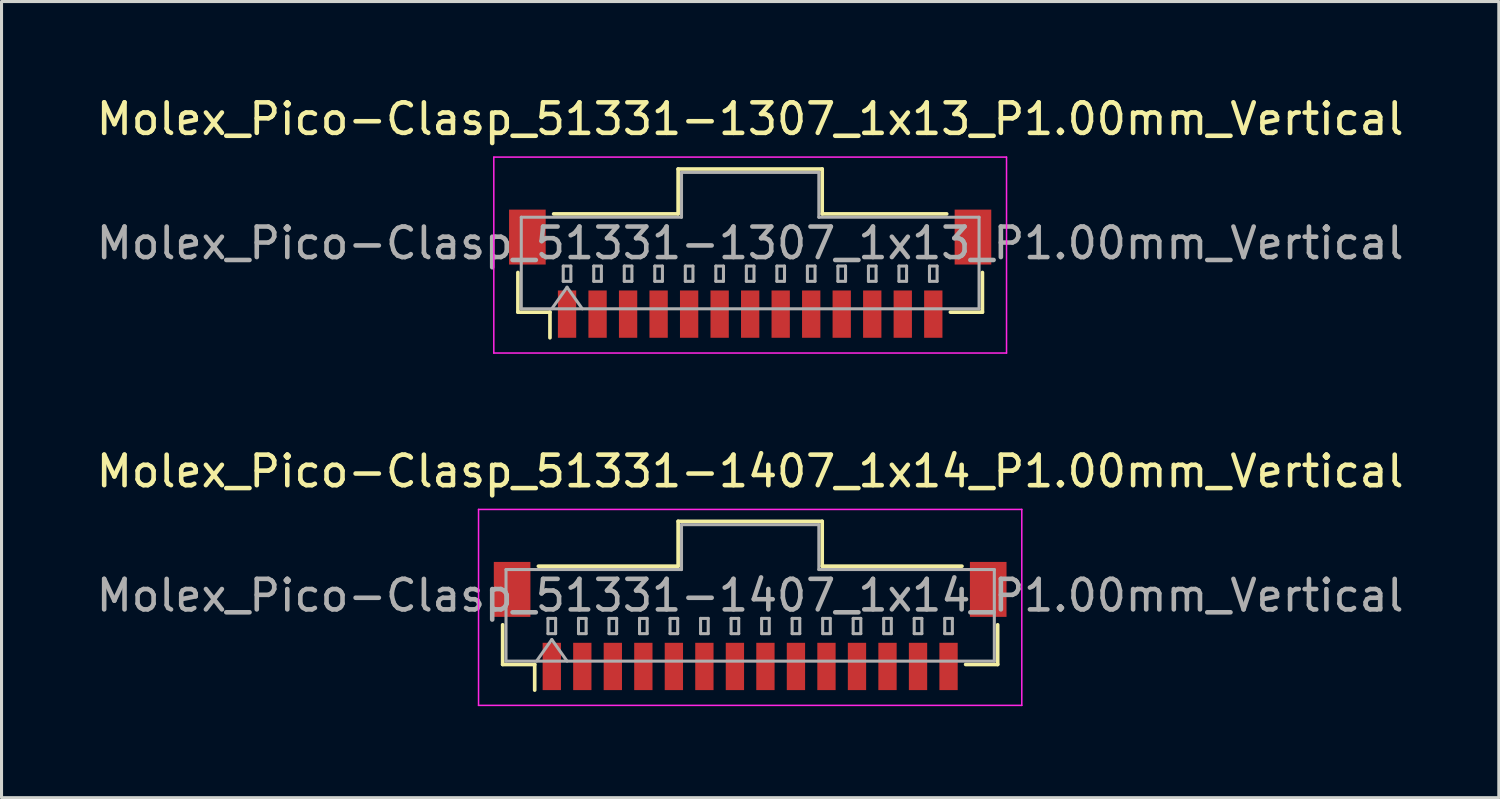
<source format=kicad_pcb>
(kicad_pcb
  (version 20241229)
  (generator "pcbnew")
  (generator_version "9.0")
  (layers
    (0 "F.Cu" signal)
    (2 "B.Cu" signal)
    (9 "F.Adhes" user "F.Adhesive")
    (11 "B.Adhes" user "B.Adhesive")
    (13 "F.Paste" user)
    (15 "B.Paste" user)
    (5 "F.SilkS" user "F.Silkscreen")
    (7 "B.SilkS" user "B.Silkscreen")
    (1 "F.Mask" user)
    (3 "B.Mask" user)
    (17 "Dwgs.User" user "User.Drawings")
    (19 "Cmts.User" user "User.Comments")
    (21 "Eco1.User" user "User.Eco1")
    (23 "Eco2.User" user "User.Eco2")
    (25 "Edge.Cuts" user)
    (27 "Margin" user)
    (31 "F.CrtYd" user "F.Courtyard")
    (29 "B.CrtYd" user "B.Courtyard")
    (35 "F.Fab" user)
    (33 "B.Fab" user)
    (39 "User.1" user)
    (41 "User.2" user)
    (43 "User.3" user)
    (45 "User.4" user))
  (footprint "Molex_Pico-Clasp_51331-1407_1x14_P1.00mm_Vertical"
    (layer "F.Cu")
    (at 21.53 17.462)
    (property "Reference" "Molex_Pico-Clasp_51331-1407_1x14_P1.00mm_Vertical" (at 0 -5.07 0) (layer "F.SilkS") (effects (font (size 1 1) (thickness 0.15))))
    (attr smd)
    (fp_line (start -8.11 -0.04) (end -8.11 1.26) (stroke (width 0.12) (type solid)) (layer "F.SilkS"))
    (fp_line (start -8.11 1.26) (end -7.06 1.26) (stroke (width 0.12) (type solid)) (layer "F.SilkS"))
    (fp_line (start -7.06 1.26) (end -7.06 2.1) (stroke (width 0.12) (type solid)) (layer "F.SilkS"))
    (fp_line (start -6.94 -1.96) (end -2.36 -1.96) (stroke (width 0.12) (type solid)) (layer "F.SilkS"))
    (fp_line (start -2.36 -3.43) (end 2.36 -3.43) (stroke (width 0.12) (type solid)) (layer "F.SilkS"))
    (fp_line (start -2.36 -1.96) (end -2.36 -3.43) (stroke (width 0.12) (type solid)) (layer "F.SilkS"))
    (fp_line (start 2.36 -3.43) (end 2.36 -1.96) (stroke (width 0.12) (type solid)) (layer "F.SilkS"))
    (fp_line (start 2.36 -1.96) (end 6.94 -1.96) (stroke (width 0.12) (type solid)) (layer "F.SilkS"))
    (fp_line (start 8.11 -0.04) (end 8.11 1.26) (stroke (width 0.12) (type solid)) (layer "F.SilkS"))
    (fp_line (start 8.11 1.26) (end 7.06 1.26) (stroke (width 0.12) (type solid)) (layer "F.SilkS"))
    (fp_line (start -8.9 -3.82) (end -8.9 2.6) (stroke (width 0.05) (type solid)) (layer "F.CrtYd"))
    (fp_line (start -8.9 2.6) (end 8.9 2.6) (stroke (width 0.05) (type solid)) (layer "F.CrtYd"))
    (fp_line (start 8.9 -3.82) (end -8.9 -3.82) (stroke (width 0.05) (type solid)) (layer "F.CrtYd"))
    (fp_line (start 8.9 2.6) (end 8.9 -3.82) (stroke (width 0.05) (type solid)) (layer "F.CrtYd"))
    (fp_line (start -8 -1.85) (end -2.25 -1.85) (stroke (width 0.1) (type solid)) (layer "F.Fab"))
    (fp_line (start -8 1.15) (end -8 -1.85) (stroke (width 0.1) (type solid)) (layer "F.Fab"))
    (fp_line (start -8 1.15) (end 8 1.15) (stroke (width 0.1) (type solid)) (layer "F.Fab"))
    (fp_line (start -7 1.15) (end -6.5 0.443) (stroke (width 0.1) (type solid)) (layer "F.Fab"))
    (fp_line (start -6.625 -0.25) (end -6.625 0.25) (stroke (width 0.1) (type solid)) (layer "F.Fab"))
    (fp_line (start -6.625 0.25) (end -6.375 0.25) (stroke (width 0.1) (type solid)) (layer "F.Fab"))
    (fp_line (start -6.5 0.443) (end -6 1.15) (stroke (width 0.1) (type solid)) (layer "F.Fab"))
    (fp_line (start -6.375 -0.25) (end -6.625 -0.25) (stroke (width 0.1) (type solid)) (layer "F.Fab"))
    (fp_line (start -6.375 0.25) (end -6.375 -0.25) (stroke (width 0.1) (type solid)) (layer "F.Fab"))
    (fp_line (start -5.625 -0.25) (end -5.625 0.25) (stroke (width 0.1) (type solid)) (layer "F.Fab"))
    (fp_line (start -5.625 0.25) (end -5.375 0.25) (stroke (width 0.1) (type solid)) (layer "F.Fab"))
    (fp_line (start -5.375 -0.25) (end -5.625 -0.25) (stroke (width 0.1) (type solid)) (layer "F.Fab"))
    (fp_line (start -5.375 0.25) (end -5.375 -0.25) (stroke (width 0.1) (type solid)) (layer "F.Fab"))
    (fp_line (start -4.625 -0.25) (end -4.625 0.25) (stroke (width 0.1) (type solid)) (layer "F.Fab"))
    (fp_line (start -4.625 0.25) (end -4.375 0.25) (stroke (width 0.1) (type solid)) (layer "F.Fab"))
    (fp_line (start -4.375 -0.25) (end -4.625 -0.25) (stroke (width 0.1) (type solid)) (layer "F.Fab"))
    (fp_line (start -4.375 0.25) (end -4.375 -0.25) (stroke (width 0.1) (type solid)) (layer "F.Fab"))
    (fp_line (start -3.625 -0.25) (end -3.625 0.25) (stroke (width 0.1) (type solid)) (layer "F.Fab"))
    (fp_line (start -3.625 0.25) (end -3.375 0.25) (stroke (width 0.1) (type solid)) (layer "F.Fab"))
    (fp_line (start -3.375 -0.25) (end -3.625 -0.25) (stroke (width 0.1) (type solid)) (layer "F.Fab"))
    (fp_line (start -3.375 0.25) (end -3.375 -0.25) (stroke (width 0.1) (type solid)) (layer "F.Fab"))
    (fp_line (start -2.625 -0.25) (end -2.625 0.25) (stroke (width 0.1) (type solid)) (layer "F.Fab"))
    (fp_line (start -2.625 0.25) (end -2.375 0.25) (stroke (width 0.1) (type solid)) (layer "F.Fab"))
    (fp_line (start -2.375 -0.25) (end -2.625 -0.25) (stroke (width 0.1) (type solid)) (layer "F.Fab"))
    (fp_line (start -2.375 0.25) (end -2.375 -0.25) (stroke (width 0.1) (type solid)) (layer "F.Fab"))
    (fp_line (start -2.25 -3.32) (end 2.25 -3.32) (stroke (width 0.1) (type solid)) (layer "F.Fab"))
    (fp_line (start -2.25 -1.85) (end -2.25 -3.32) (stroke (width 0.1) (type solid)) (layer "F.Fab"))
    (fp_line (start -1.625 -0.25) (end -1.625 0.25) (stroke (width 0.1) (type solid)) (layer "F.Fab"))
    (fp_line (start -1.625 0.25) (end -1.375 0.25) (stroke (width 0.1) (type solid)) (layer "F.Fab"))
    (fp_line (start -1.375 -0.25) (end -1.625 -0.25) (stroke (width 0.1) (type solid)) (layer "F.Fab"))
    (fp_line (start -1.375 0.25) (end -1.375 -0.25) (stroke (width 0.1) (type solid)) (layer "F.Fab"))
    (fp_line (start -0.625 -0.25) (end -0.625 0.25) (stroke (width 0.1) (type solid)) (layer "F.Fab"))
    (fp_line (start -0.625 0.25) (end -0.375 0.25) (stroke (width 0.1) (type solid)) (layer "F.Fab"))
    (fp_line (start -0.375 -0.25) (end -0.625 -0.25) (stroke (width 0.1) (type solid)) (layer "F.Fab"))
    (fp_line (start -0.375 0.25) (end -0.375 -0.25) (stroke (width 0.1) (type solid)) (layer "F.Fab"))
    (fp_line (start 0.375 -0.25) (end 0.375 0.25) (stroke (width 0.1) (type solid)) (layer "F.Fab"))
    (fp_line (start 0.375 0.25) (end 0.625 0.25) (stroke (width 0.1) (type solid)) (layer "F.Fab"))
    (fp_line (start 0.625 -0.25) (end 0.375 -0.25) (stroke (width 0.1) (type solid)) (layer "F.Fab"))
    (fp_line (start 0.625 0.25) (end 0.625 -0.25) (stroke (width 0.1) (type solid)) (layer "F.Fab"))
    (fp_line (start 1.375 -0.25) (end 1.375 0.25) (stroke (width 0.1) (type solid)) (layer "F.Fab"))
    (fp_line (start 1.375 0.25) (end 1.625 0.25) (stroke (width 0.1) (type solid)) (layer "F.Fab"))
    (fp_line (start 1.625 -0.25) (end 1.375 -0.25) (stroke (width 0.1) (type solid)) (layer "F.Fab"))
    (fp_line (start 1.625 0.25) (end 1.625 -0.25) (stroke (width 0.1) (type solid)) (layer "F.Fab"))
    (fp_line (start 2.25 -3.32) (end 2.25 -1.85) (stroke (width 0.1) (type solid)) (layer "F.Fab"))
    (fp_line (start 2.25 -1.85) (end 8 -1.85) (stroke (width 0.1) (type solid)) (layer "F.Fab"))
    (fp_line (start 2.375 -0.25) (end 2.375 0.25) (stroke (width 0.1) (type solid)) (layer "F.Fab"))
    (fp_line (start 2.375 0.25) (end 2.625 0.25) (stroke (width 0.1) (type solid)) (layer "F.Fab"))
    (fp_line (start 2.625 -0.25) (end 2.375 -0.25) (stroke (width 0.1) (type solid)) (layer "F.Fab"))
    (fp_line (start 2.625 0.25) (end 2.625 -0.25) (stroke (width 0.1) (type solid)) (layer "F.Fab"))
    (fp_line (start 3.375 -0.25) (end 3.375 0.25) (stroke (width 0.1) (type solid)) (layer "F.Fab"))
    (fp_line (start 3.375 0.25) (end 3.625 0.25) (stroke (width 0.1) (type solid)) (layer "F.Fab"))
    (fp_line (start 3.625 -0.25) (end 3.375 -0.25) (stroke (width 0.1) (type solid)) (layer "F.Fab"))
    (fp_line (start 3.625 0.25) (end 3.625 -0.25) (stroke (width 0.1) (type solid)) (layer "F.Fab"))
    (fp_line (start 4.375 -0.25) (end 4.375 0.25) (stroke (width 0.1) (type solid)) (layer "F.Fab"))
    (fp_line (start 4.375 0.25) (end 4.625 0.25) (stroke (width 0.1) (type solid)) (layer "F.Fab"))
    (fp_line (start 4.625 -0.25) (end 4.375 -0.25) (stroke (width 0.1) (type solid)) (layer "F.Fab"))
    (fp_line (start 4.625 0.25) (end 4.625 -0.25) (stroke (width 0.1) (type solid)) (layer "F.Fab"))
    (fp_line (start 5.375 -0.25) (end 5.375 0.25) (stroke (width 0.1) (type solid)) (layer "F.Fab"))
    (fp_line (start 5.375 0.25) (end 5.625 0.25) (stroke (width 0.1) (type solid)) (layer "F.Fab"))
    (fp_line (start 5.625 -0.25) (end 5.375 -0.25) (stroke (width 0.1) (type solid)) (layer "F.Fab"))
    (fp_line (start 5.625 0.25) (end 5.625 -0.25) (stroke (width 0.1) (type solid)) (layer "F.Fab"))
    (fp_line (start 6.375 -0.25) (end 6.375 0.25) (stroke (width 0.1) (type solid)) (layer "F.Fab"))
    (fp_line (start 6.375 0.25) (end 6.625 0.25) (stroke (width 0.1) (type solid)) (layer "F.Fab"))
    (fp_line (start 6.625 -0.25) (end 6.375 -0.25) (stroke (width 0.1) (type solid)) (layer "F.Fab"))
    (fp_line (start 6.625 0.25) (end 6.625 -0.25) (stroke (width 0.1) (type solid)) (layer "F.Fab"))
    (fp_line (start 8 1.15) (end 8 -1.85) (stroke (width 0.1) (type solid)) (layer "F.Fab"))
    (fp_text user "${REFERENCE}" (at 0 -1 0) (layer "F.Fab") (effects (font (size 1 1) (thickness 0.15))))
    (pad "" smd rect (at -7.8 -1.2) (size 1.2 1.8) (layers "F.Cu" "F.Mask" "F.Paste"))
    (pad "" smd rect (at 7.8 -1.2) (size 1.2 1.8) (layers "F.Cu" "F.Mask" "F.Paste"))
    (pad "1" smd rect (at -6.5 1.325) (size 0.6 1.55) (layers "F.Cu" "F.Mask" "F.Paste"))
    (pad "2" smd rect (at -5.5 1.325) (size 0.6 1.55) (layers "F.Cu" "F.Mask" "F.Paste"))
    (pad "3" smd rect (at -4.5 1.325) (size 0.6 1.55) (layers "F.Cu" "F.Mask" "F.Paste"))
    (pad "4" smd rect (at -3.5 1.325) (size 0.6 1.55) (layers "F.Cu" "F.Mask" "F.Paste"))
    (pad "5" smd rect (at -2.5 1.325) (size 0.6 1.55) (layers "F.Cu" "F.Mask" "F.Paste"))
    (pad "6" smd rect (at -1.5 1.325) (size 0.6 1.55) (layers "F.Cu" "F.Mask" "F.Paste"))
    (pad "7" smd rect (at -0.5 1.325) (size 0.6 1.55) (layers "F.Cu" "F.Mask" "F.Paste"))
    (pad "8" smd rect (at 0.5 1.325) (size 0.6 1.55) (layers "F.Cu" "F.Mask" "F.Paste"))
    (pad "9" smd rect (at 1.5 1.325) (size 0.6 1.55) (layers "F.Cu" "F.Mask" "F.Paste"))
    (pad "10" smd rect (at 2.5 1.325) (size 0.6 1.55) (layers "F.Cu" "F.Mask" "F.Paste"))
    (pad "11" smd rect (at 3.5 1.325) (size 0.6 1.55) (layers "F.Cu" "F.Mask" "F.Paste"))
    (pad "12" smd rect (at 4.5 1.325) (size 0.6 1.55) (layers "F.Cu" "F.Mask" "F.Paste"))
    (pad "13" smd rect (at 5.5 1.325) (size 0.6 1.55) (layers "F.Cu" "F.Mask" "F.Paste"))
    (pad "14" smd rect (at 6.5 1.325) (size 0.6 1.55) (layers "F.Cu" "F.Mask" "F.Paste")))
  (footprint "Molex_Pico-Clasp_51331-1307_1x13_P1.00mm_Vertical"
    (layer "F.Cu")
    (at 21.53 5.918)
    (property "Reference" "Molex_Pico-Clasp_51331-1307_1x13_P1.00mm_Vertical" (at 0 -5.07 0) (layer "F.SilkS") (effects (font (size 1 1) (thickness 0.15))))
    (attr smd)
    (fp_line (start -7.61 -0.04) (end -7.61 1.26) (stroke (width 0.12) (type solid)) (layer "F.SilkS"))
    (fp_line (start -7.61 1.26) (end -6.56 1.26) (stroke (width 0.12) (type solid)) (layer "F.SilkS"))
    (fp_line (start -6.56 1.26) (end -6.56 2.1) (stroke (width 0.12) (type solid)) (layer "F.SilkS"))
    (fp_line (start -6.44 -1.96) (end -2.36 -1.96) (stroke (width 0.12) (type solid)) (layer "F.SilkS"))
    (fp_line (start -2.36 -3.43) (end 2.36 -3.43) (stroke (width 0.12) (type solid)) (layer "F.SilkS"))
    (fp_line (start -2.36 -1.96) (end -2.36 -3.43) (stroke (width 0.12) (type solid)) (layer "F.SilkS"))
    (fp_line (start 2.36 -3.43) (end 2.36 -1.96) (stroke (width 0.12) (type solid)) (layer "F.SilkS"))
    (fp_line (start 2.36 -1.96) (end 6.44 -1.96) (stroke (width 0.12) (type solid)) (layer "F.SilkS"))
    (fp_line (start 7.61 -0.04) (end 7.61 1.26) (stroke (width 0.12) (type solid)) (layer "F.SilkS"))
    (fp_line (start 7.61 1.26) (end 6.56 1.26) (stroke (width 0.12) (type solid)) (layer "F.SilkS"))
    (fp_line (start -8.4 -3.82) (end -8.4 2.6) (stroke (width 0.05) (type solid)) (layer "F.CrtYd"))
    (fp_line (start -8.4 2.6) (end 8.4 2.6) (stroke (width 0.05) (type solid)) (layer "F.CrtYd"))
    (fp_line (start 8.4 -3.82) (end -8.4 -3.82) (stroke (width 0.05) (type solid)) (layer "F.CrtYd"))
    (fp_line (start 8.4 2.6) (end 8.4 -3.82) (stroke (width 0.05) (type solid)) (layer "F.CrtYd"))
    (fp_line (start -7.5 -1.85) (end -2.25 -1.85) (stroke (width 0.1) (type solid)) (layer "F.Fab"))
    (fp_line (start -7.5 1.15) (end -7.5 -1.85) (stroke (width 0.1) (type solid)) (layer "F.Fab"))
    (fp_line (start -7.5 1.15) (end 7.5 1.15) (stroke (width 0.1) (type solid)) (layer "F.Fab"))
    (fp_line (start -6.5 1.15) (end -6 0.443) (stroke (width 0.1) (type solid)) (layer "F.Fab"))
    (fp_line (start -6.125 -0.25) (end -6.125 0.25) (stroke (width 0.1) (type solid)) (layer "F.Fab"))
    (fp_line (start -6.125 0.25) (end -5.875 0.25) (stroke (width 0.1) (type solid)) (layer "F.Fab"))
    (fp_line (start -6 0.443) (end -5.5 1.15) (stroke (width 0.1) (type solid)) (layer "F.Fab"))
    (fp_line (start -5.875 -0.25) (end -6.125 -0.25) (stroke (width 0.1) (type solid)) (layer "F.Fab"))
    (fp_line (start -5.875 0.25) (end -5.875 -0.25) (stroke (width 0.1) (type solid)) (layer "F.Fab"))
    (fp_line (start -5.125 -0.25) (end -5.125 0.25) (stroke (width 0.1) (type solid)) (layer "F.Fab"))
    (fp_line (start -5.125 0.25) (end -4.875 0.25) (stroke (width 0.1) (type solid)) (layer "F.Fab"))
    (fp_line (start -4.875 -0.25) (end -5.125 -0.25) (stroke (width 0.1) (type solid)) (layer "F.Fab"))
    (fp_line (start -4.875 0.25) (end -4.875 -0.25) (stroke (width 0.1) (type solid)) (layer "F.Fab"))
    (fp_line (start -4.125 -0.25) (end -4.125 0.25) (stroke (width 0.1) (type solid)) (layer "F.Fab"))
    (fp_line (start -4.125 0.25) (end -3.875 0.25) (stroke (width 0.1) (type solid)) (layer "F.Fab"))
    (fp_line (start -3.875 -0.25) (end -4.125 -0.25) (stroke (width 0.1) (type solid)) (layer "F.Fab"))
    (fp_line (start -3.875 0.25) (end -3.875 -0.25) (stroke (width 0.1) (type solid)) (layer "F.Fab"))
    (fp_line (start -3.125 -0.25) (end -3.125 0.25) (stroke (width 0.1) (type solid)) (layer "F.Fab"))
    (fp_line (start -3.125 0.25) (end -2.875 0.25) (stroke (width 0.1) (type solid)) (layer "F.Fab"))
    (fp_line (start -2.875 -0.25) (end -3.125 -0.25) (stroke (width 0.1) (type solid)) (layer "F.Fab"))
    (fp_line (start -2.875 0.25) (end -2.875 -0.25) (stroke (width 0.1) (type solid)) (layer "F.Fab"))
    (fp_line (start -2.25 -3.32) (end 2.25 -3.32) (stroke (width 0.1) (type solid)) (layer "F.Fab"))
    (fp_line (start -2.25 -1.85) (end -2.25 -3.32) (stroke (width 0.1) (type solid)) (layer "F.Fab"))
    (fp_line (start -2.125 -0.25) (end -2.125 0.25) (stroke (width 0.1) (type solid)) (layer "F.Fab"))
    (fp_line (start -2.125 0.25) (end -1.875 0.25) (stroke (width 0.1) (type solid)) (layer "F.Fab"))
    (fp_line (start -1.875 -0.25) (end -2.125 -0.25) (stroke (width 0.1) (type solid)) (layer "F.Fab"))
    (fp_line (start -1.875 0.25) (end -1.875 -0.25) (stroke (width 0.1) (type solid)) (layer "F.Fab"))
    (fp_line (start -1.125 -0.25) (end -1.125 0.25) (stroke (width 0.1) (type solid)) (layer "F.Fab"))
    (fp_line (start -1.125 0.25) (end -0.875 0.25) (stroke (width 0.1) (type solid)) (layer "F.Fab"))
    (fp_line (start -0.875 -0.25) (end -1.125 -0.25) (stroke (width 0.1) (type solid)) (layer "F.Fab"))
    (fp_line (start -0.875 0.25) (end -0.875 -0.25) (stroke (width 0.1) (type solid)) (layer "F.Fab"))
    (fp_line (start -0.125 -0.25) (end -0.125 0.25) (stroke (width 0.1) (type solid)) (layer "F.Fab"))
    (fp_line (start -0.125 0.25) (end 0.125 0.25) (stroke (width 0.1) (type solid)) (layer "F.Fab"))
    (fp_line (start 0.125 -0.25) (end -0.125 -0.25) (stroke (width 0.1) (type solid)) (layer "F.Fab"))
    (fp_line (start 0.125 0.25) (end 0.125 -0.25) (stroke (width 0.1) (type solid)) (layer "F.Fab"))
    (fp_line (start 0.875 -0.25) (end 0.875 0.25) (stroke (width 0.1) (type solid)) (layer "F.Fab"))
    (fp_line (start 0.875 0.25) (end 1.125 0.25) (stroke (width 0.1) (type solid)) (layer "F.Fab"))
    (fp_line (start 1.125 -0.25) (end 0.875 -0.25) (stroke (width 0.1) (type solid)) (layer "F.Fab"))
    (fp_line (start 1.125 0.25) (end 1.125 -0.25) (stroke (width 0.1) (type solid)) (layer "F.Fab"))
    (fp_line (start 1.875 -0.25) (end 1.875 0.25) (stroke (width 0.1) (type solid)) (layer "F.Fab"))
    (fp_line (start 1.875 0.25) (end 2.125 0.25) (stroke (width 0.1) (type solid)) (layer "F.Fab"))
    (fp_line (start 2.125 -0.25) (end 1.875 -0.25) (stroke (width 0.1) (type solid)) (layer "F.Fab"))
    (fp_line (start 2.125 0.25) (end 2.125 -0.25) (stroke (width 0.1) (type solid)) (layer "F.Fab"))
    (fp_line (start 2.25 -3.32) (end 2.25 -1.85) (stroke (width 0.1) (type solid)) (layer "F.Fab"))
    (fp_line (start 2.25 -1.85) (end 7.5 -1.85) (stroke (width 0.1) (type solid)) (layer "F.Fab"))
    (fp_line (start 2.875 -0.25) (end 2.875 0.25) (stroke (width 0.1) (type solid)) (layer "F.Fab"))
    (fp_line (start 2.875 0.25) (end 3.125 0.25) (stroke (width 0.1) (type solid)) (layer "F.Fab"))
    (fp_line (start 3.125 -0.25) (end 2.875 -0.25) (stroke (width 0.1) (type solid)) (layer "F.Fab"))
    (fp_line (start 3.125 0.25) (end 3.125 -0.25) (stroke (width 0.1) (type solid)) (layer "F.Fab"))
    (fp_line (start 3.875 -0.25) (end 3.875 0.25) (stroke (width 0.1) (type solid)) (layer "F.Fab"))
    (fp_line (start 3.875 0.25) (end 4.125 0.25) (stroke (width 0.1) (type solid)) (layer "F.Fab"))
    (fp_line (start 4.125 -0.25) (end 3.875 -0.25) (stroke (width 0.1) (type solid)) (layer "F.Fab"))
    (fp_line (start 4.125 0.25) (end 4.125 -0.25) (stroke (width 0.1) (type solid)) (layer "F.Fab"))
    (fp_line (start 4.875 -0.25) (end 4.875 0.25) (stroke (width 0.1) (type solid)) (layer "F.Fab"))
    (fp_line (start 4.875 0.25) (end 5.125 0.25) (stroke (width 0.1) (type solid)) (layer "F.Fab"))
    (fp_line (start 5.125 -0.25) (end 4.875 -0.25) (stroke (width 0.1) (type solid)) (layer "F.Fab"))
    (fp_line (start 5.125 0.25) (end 5.125 -0.25) (stroke (width 0.1) (type solid)) (layer "F.Fab"))
    (fp_line (start 5.875 -0.25) (end 5.875 0.25) (stroke (width 0.1) (type solid)) (layer "F.Fab"))
    (fp_line (start 5.875 0.25) (end 6.125 0.25) (stroke (width 0.1) (type solid)) (layer "F.Fab"))
    (fp_line (start 6.125 -0.25) (end 5.875 -0.25) (stroke (width 0.1) (type solid)) (layer "F.Fab"))
    (fp_line (start 6.125 0.25) (end 6.125 -0.25) (stroke (width 0.1) (type solid)) (layer "F.Fab"))
    (fp_line (start 7.5 1.15) (end 7.5 -1.85) (stroke (width 0.1) (type solid)) (layer "F.Fab"))
    (fp_text user "${REFERENCE}" (at 0 -1 0) (layer "F.Fab") (effects (font (size 1 1) (thickness 0.15))))
    (pad "" smd rect (at -7.3 -1.2) (size 1.2 1.8) (layers "F.Cu" "F.Mask" "F.Paste"))
    (pad "" smd rect (at 7.3 -1.2) (size 1.2 1.8) (layers "F.Cu" "F.Mask" "F.Paste"))
    (pad "1" smd rect (at -6 1.325) (size 0.6 1.55) (layers "F.Cu" "F.Mask" "F.Paste"))
    (pad "2" smd rect (at -5 1.325) (size 0.6 1.55) (layers "F.Cu" "F.Mask" "F.Paste"))
    (pad "3" smd rect (at -4 1.325) (size 0.6 1.55) (layers "F.Cu" "F.Mask" "F.Paste"))
    (pad "4" smd rect (at -3 1.325) (size 0.6 1.55) (layers "F.Cu" "F.Mask" "F.Paste"))
    (pad "5" smd rect (at -2 1.325) (size 0.6 1.55) (layers "F.Cu" "F.Mask" "F.Paste"))
    (pad "6" smd rect (at -1 1.325) (size 0.6 1.55) (layers "F.Cu" "F.Mask" "F.Paste"))
    (pad "7" smd rect (at 0 1.325) (size 0.6 1.55) (layers "F.Cu" "F.Mask" "F.Paste"))
    (pad "8" smd rect (at 1 1.325) (size 0.6 1.55) (layers "F.Cu" "F.Mask" "F.Paste"))
    (pad "9" smd rect (at 2 1.325) (size 0.6 1.55) (layers "F.Cu" "F.Mask" "F.Paste"))
    (pad "10" smd rect (at 3 1.325) (size 0.6 1.55) (layers "F.Cu" "F.Mask" "F.Paste"))
    (pad "11" smd rect (at 4 1.325) (size 0.6 1.55) (layers "F.Cu" "F.Mask" "F.Paste"))
    (pad "12" smd rect (at 5 1.325) (size 0.6 1.55) (layers "F.Cu" "F.Mask" "F.Paste"))
    (pad "13" smd rect (at 6 1.325) (size 0.6 1.55) (layers "F.Cu" "F.Mask" "F.Paste")))
  (gr_rect
    (start -3 -3)
    (end 46.06 23.087)
    (stroke (width 0.1) (type default))
    (fill no)
    (layer "Edge.Cuts")))
</source>
